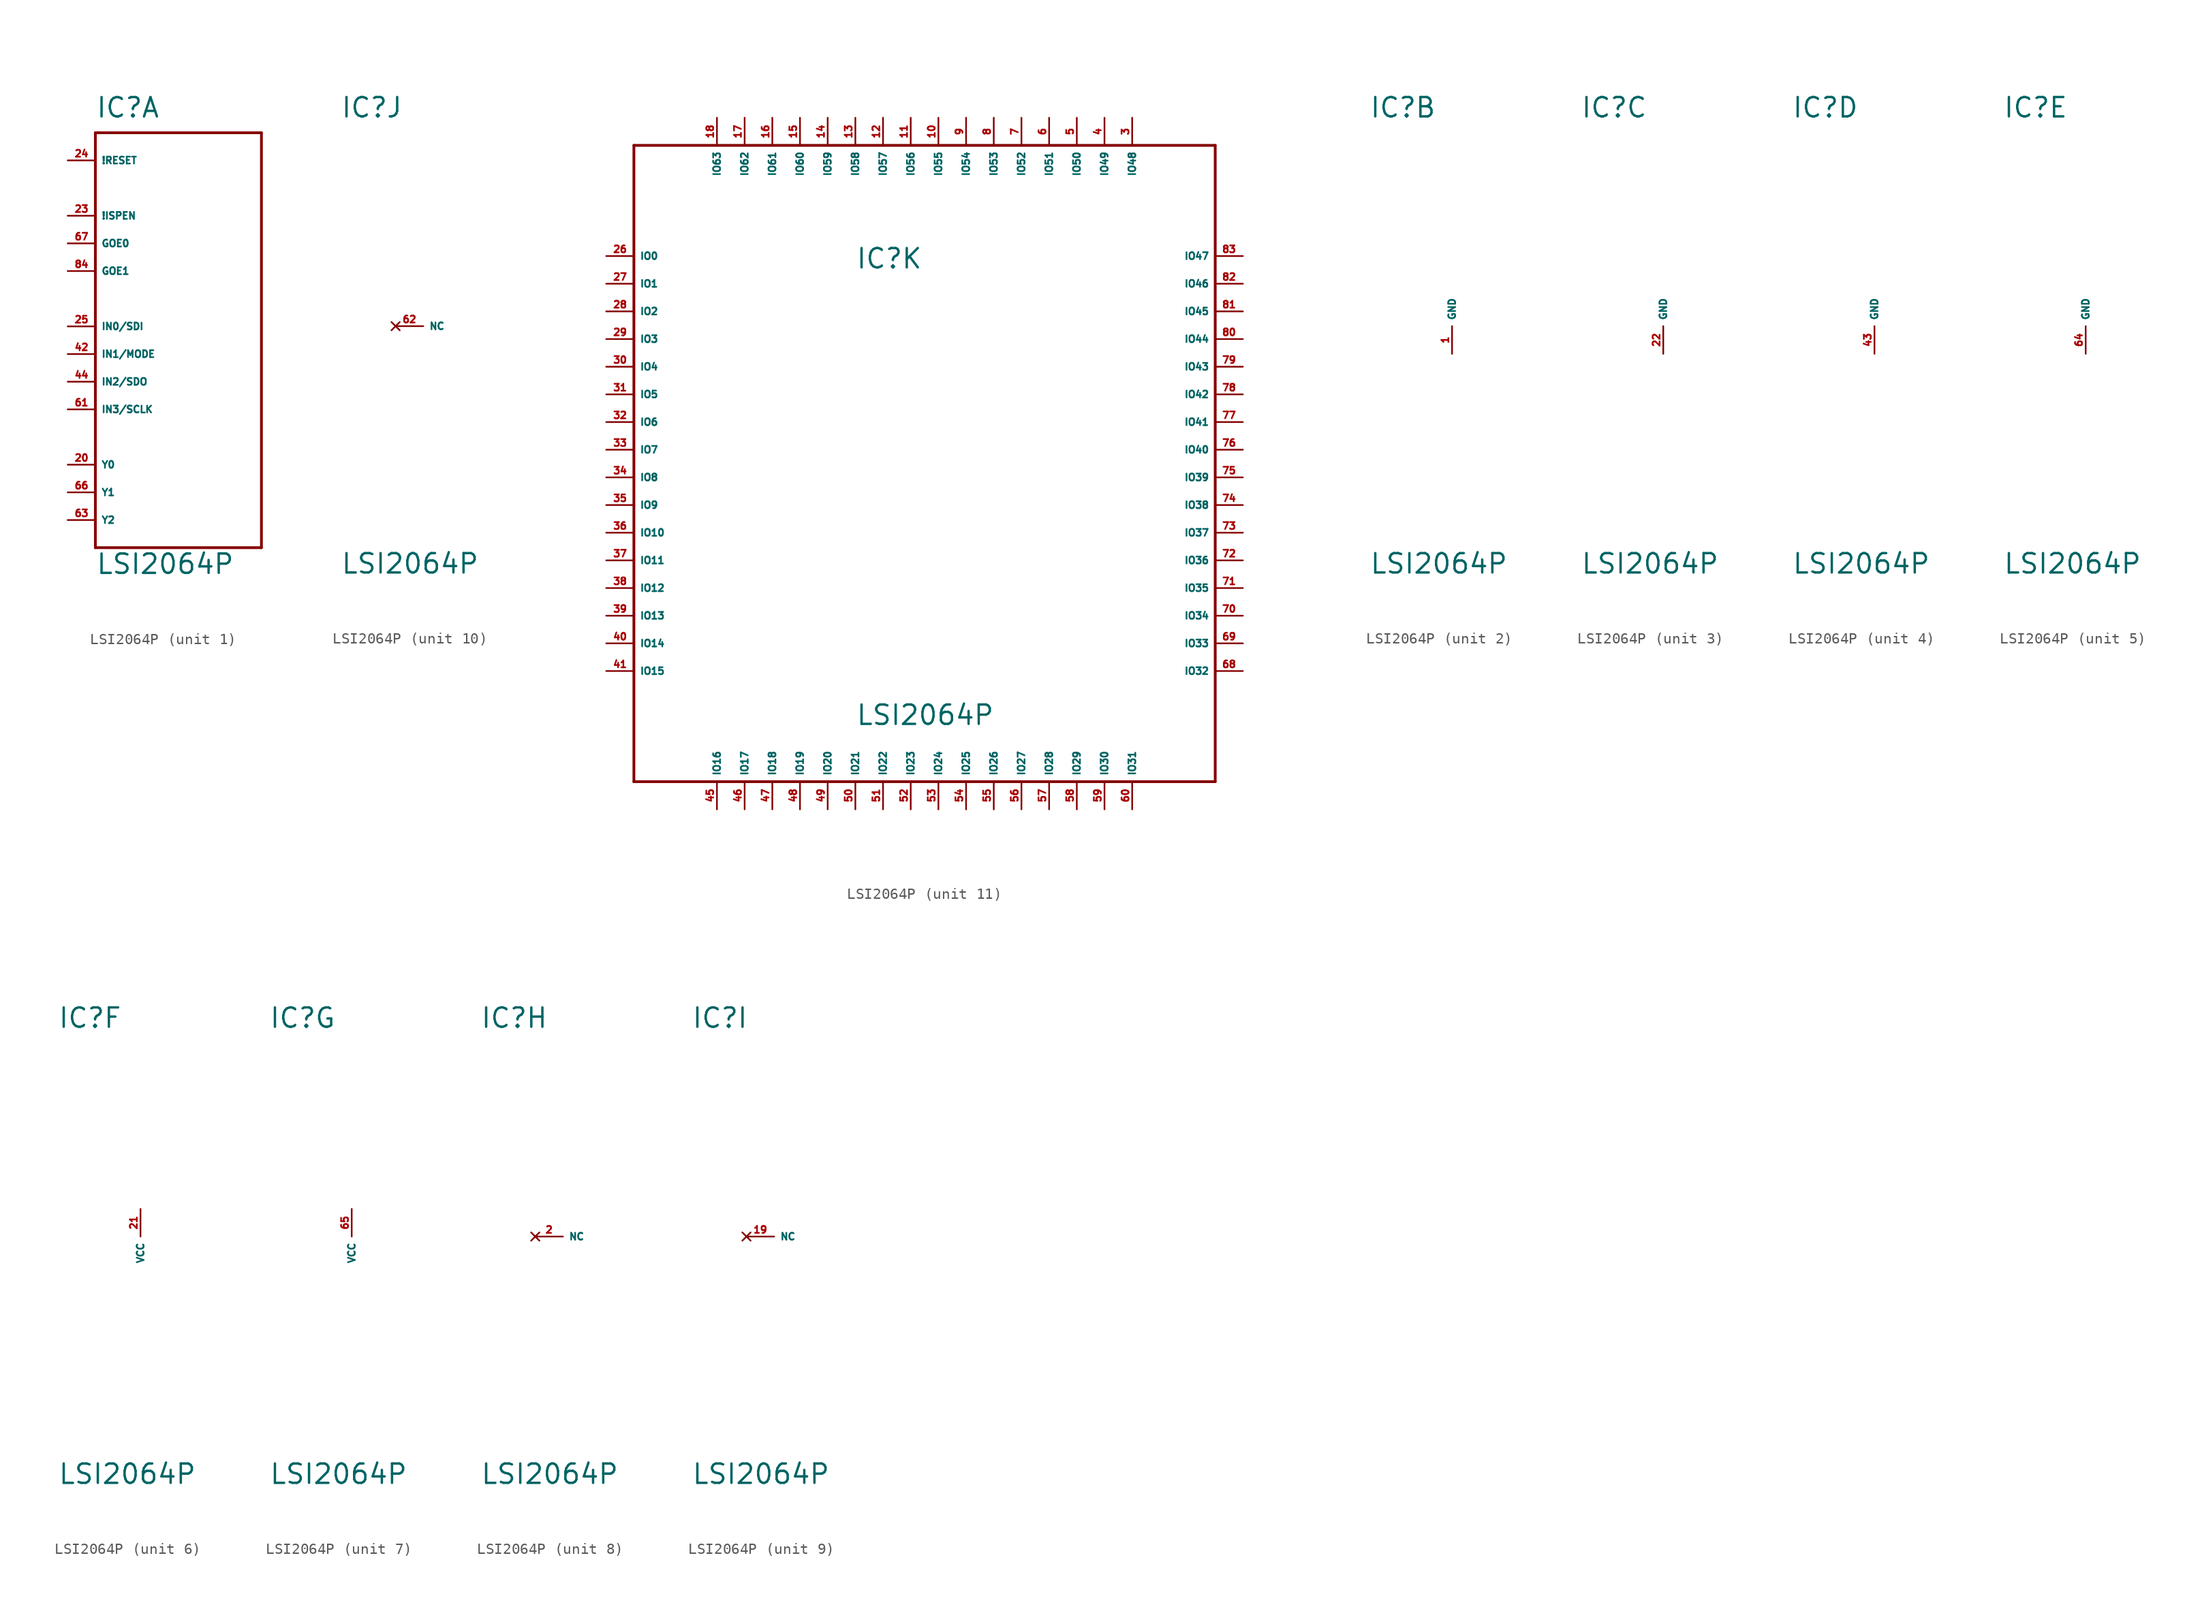
<source format=kicad_sym>
(kicad_symbol_lib
  (version 20220914)
  (generator Eagle2Kicad)
  (symbol "LSI2064P"
    (property "Reference" "IC"
      (at -7.62 19.05 0)
      (effects (font (size 1.778 1.778) (thickness 0.22)) (justify left bottom)))
    (property "Value" "LSI2064P"
      (at -7.62 -22.86 0)
      (effects (font (size 1.778 1.778) (thickness 0.22)) (justify left bottom)))
    (symbol "LSI2064P_1_0"
      (polyline (pts (xy -7.62 17.78) (xy 7.62 17.78)) (stroke (width 0.254) (type default)) (fill (type none)))
      (polyline (pts (xy 7.62 17.78) (xy 7.62 -20.32)) (stroke (width 0.254) (type default)) (fill (type none)))
      (polyline (pts (xy 7.62 -20.32) (xy -7.62 -20.32)) (stroke (width 0.254) (type default)) (fill (type none)))
      (polyline (pts (xy -7.62 -20.32) (xy -7.62 17.78)) (stroke (width 0.254) (type default)) (fill (type none)))
      (pin input line (at -10.16 15.24 0) (length 2.54) (name "!RESET" (effects (font (size 0.635 0.635) (thickness 0.08)) (justify left bottom))) (number "24" (effects (font (size 0.635 0.635) (thickness 0.08)) (justify left bottom))))
      (pin input line (at -10.16 10.16 0) (length 2.54) (name "!ISPEN" (effects (font (size 0.635 0.635) (thickness 0.08)) (justify left bottom))) (number "23" (effects (font (size 0.635 0.635) (thickness 0.08)) (justify left bottom))))
      (pin input line (at -10.16 7.62 0) (length 2.54) (name "GOE0" (effects (font (size 0.635 0.635) (thickness 0.08)) (justify left bottom))) (number "67" (effects (font (size 0.635 0.635) (thickness 0.08)) (justify left bottom))))
      (pin input line (at -10.16 5.08 0) (length 2.54) (name "GOE1" (effects (font (size 0.635 0.635) (thickness 0.08)) (justify left bottom))) (number "84" (effects (font (size 0.635 0.635) (thickness 0.08)) (justify left bottom))))
      (pin input line (at -10.16 -12.7 0) (length 2.54) (name "Y0" (effects (font (size 0.635 0.635) (thickness 0.08)) (justify left bottom))) (number "20" (effects (font (size 0.635 0.635) (thickness 0.08)) (justify left bottom))))
      (pin input line (at -10.16 -15.24 0) (length 2.54) (name "Y1" (effects (font (size 0.635 0.635) (thickness 0.08)) (justify left bottom))) (number "66" (effects (font (size 0.635 0.635) (thickness 0.08)) (justify left bottom))))
      (pin input line (at -10.16 -17.78 0) (length 2.54) (name "Y2" (effects (font (size 0.635 0.635) (thickness 0.08)) (justify left bottom))) (number "63" (effects (font (size 0.635 0.635) (thickness 0.08)) (justify left bottom))))
      (pin input line (at -10.16 -5.08 0) (length 2.54) (name "IN2/SDO" (effects (font (size 0.635 0.635) (thickness 0.08)) (justify left bottom))) (number "44" (effects (font (size 0.635 0.635) (thickness 0.08)) (justify left bottom))))
      (pin input line (at -10.16 -7.62 0) (length 2.54) (name "IN3/SCLK" (effects (font (size 0.635 0.635) (thickness 0.08)) (justify left bottom))) (number "61" (effects (font (size 0.635 0.635) (thickness 0.08)) (justify left bottom))))
      (pin input line (at -10.16 0 0) (length 2.54) (name "IN0/SDI" (effects (font (size 0.635 0.635) (thickness 0.08)) (justify left bottom))) (number "25" (effects (font (size 0.635 0.635) (thickness 0.08)) (justify left bottom))))
      (pin input line (at -10.16 -2.54 0) (length 2.54) (name "IN1/MODE" (effects (font (size 0.635 0.635) (thickness 0.08)) (justify left bottom))) (number "42" (effects (font (size 0.635 0.635) (thickness 0.08)) (justify left bottom)))))
    (symbol "LSI2064P_2_0"
      (pin unspecified line (at 0 -2.54 90) (length 2.54) (name "GND" (effects (font (size 0.635 0.635) (thickness 0.08)) (justify left bottom))) (number "1" (effects (font (size 0.635 0.635) (thickness 0.08)) (justify left bottom)))))
    (symbol "LSI2064P_3_0"
      (pin unspecified line (at 0 -2.54 90) (length 2.54) (name "GND" (effects (font (size 0.635 0.635) (thickness 0.08)) (justify left bottom))) (number "22" (effects (font (size 0.635 0.635) (thickness 0.08)) (justify left bottom)))))
    (symbol "LSI2064P_4_0"
      (pin unspecified line (at 0 -2.54 90) (length 2.54) (name "GND" (effects (font (size 0.635 0.635) (thickness 0.08)) (justify left bottom))) (number "43" (effects (font (size 0.635 0.635) (thickness 0.08)) (justify left bottom)))))
    (symbol "LSI2064P_5_0"
      (pin unspecified line (at 0 -2.54 90) (length 2.54) (name "GND" (effects (font (size 0.635 0.635) (thickness 0.08)) (justify left bottom))) (number "64" (effects (font (size 0.635 0.635) (thickness 0.08)) (justify left bottom)))))
    (symbol "LSI2064P_6_0"
      (pin unspecified line (at 0 2.54 270) (length 2.54) (name "VCC" (effects (font (size 0.635 0.635) (thickness 0.08)) (justify left bottom))) (number "21" (effects (font (size 0.635 0.635) (thickness 0.08)) (justify left bottom)))))
    (symbol "LSI2064P_7_0"
      (pin unspecified line (at 0 2.54 270) (length 2.54) (name "VCC" (effects (font (size 0.635 0.635) (thickness 0.08)) (justify left bottom))) (number "65" (effects (font (size 0.635 0.635) (thickness 0.08)) (justify left bottom)))))
    (symbol "LSI2064P_8_0"
      (pin no_connect line (at -2.54 0 0) (length 2.54) (name "NC" (effects (font (size 0.635 0.635) (thickness 0.08)) (justify left bottom) hide)) (number "2" (effects (font (size 0.635 0.635) (thickness 0.08)) (justify left bottom) hide))))
    (symbol "LSI2064P_9_0"
      (pin no_connect line (at -2.54 0 0) (length 2.54) (name "NC" (effects (font (size 0.635 0.635) (thickness 0.08)) (justify left bottom) hide)) (number "19" (effects (font (size 0.635 0.635) (thickness 0.08)) (justify left bottom) hide))))
    (symbol "LSI2064P_10_0"
      (pin no_connect line (at -2.54 0 0) (length 2.54) (name "NC" (effects (font (size 0.635 0.635) (thickness 0.08)) (justify left bottom) hide)) (number "62" (effects (font (size 0.635 0.635) (thickness 0.08)) (justify left bottom) hide))))
    (symbol "LSI2064P_11_0"
      (polyline (pts (xy -27.94 30.48) (xy 25.4 30.48)) (stroke (width 0.254) (type default)) (fill (type none)))
      (polyline (pts (xy 25.4 30.48) (xy 25.4 -27.94)) (stroke (width 0.254) (type default)) (fill (type none)))
      (polyline (pts (xy 25.4 -27.94) (xy -27.94 -27.94)) (stroke (width 0.254) (type default)) (fill (type none)))
      (polyline (pts (xy -27.94 -27.94) (xy -27.94 30.48)) (stroke (width 0.254) (type default)) (fill (type none)))
      (pin bidirectional line (at -30.48 20.32 0) (length 2.54) (name "IO0" (effects (font (size 0.635 0.635) (thickness 0.08)) (justify left bottom))) (number "26" (effects (font (size 0.635 0.635) (thickness 0.08)) (justify left bottom))))
      (pin bidirectional line (at -30.48 17.78 0) (length 2.54) (name "IO1" (effects (font (size 0.635 0.635) (thickness 0.08)) (justify left bottom))) (number "27" (effects (font (size 0.635 0.635) (thickness 0.08)) (justify left bottom))))
      (pin bidirectional line (at -30.48 15.24 0) (length 2.54) (name "IO2" (effects (font (size 0.635 0.635) (thickness 0.08)) (justify left bottom))) (number "28" (effects (font (size 0.635 0.635) (thickness 0.08)) (justify left bottom))))
      (pin bidirectional line (at -30.48 12.7 0) (length 2.54) (name "IO3" (effects (font (size 0.635 0.635) (thickness 0.08)) (justify left bottom))) (number "29" (effects (font (size 0.635 0.635) (thickness 0.08)) (justify left bottom))))
      (pin bidirectional line (at -30.48 10.16 0) (length 2.54) (name "IO4" (effects (font (size 0.635 0.635) (thickness 0.08)) (justify left bottom))) (number "30" (effects (font (size 0.635 0.635) (thickness 0.08)) (justify left bottom))))
      (pin bidirectional line (at -30.48 7.62 0) (length 2.54) (name "IO5" (effects (font (size 0.635 0.635) (thickness 0.08)) (justify left bottom))) (number "31" (effects (font (size 0.635 0.635) (thickness 0.08)) (justify left bottom))))
      (pin bidirectional line (at -30.48 5.08 0) (length 2.54) (name "IO6" (effects (font (size 0.635 0.635) (thickness 0.08)) (justify left bottom))) (number "32" (effects (font (size 0.635 0.635) (thickness 0.08)) (justify left bottom))))
      (pin bidirectional line (at -30.48 2.54 0) (length 2.54) (name "IO7" (effects (font (size 0.635 0.635) (thickness 0.08)) (justify left bottom))) (number "33" (effects (font (size 0.635 0.635) (thickness 0.08)) (justify left bottom))))
      (pin bidirectional line (at -30.48 0 0) (length 2.54) (name "IO8" (effects (font (size 0.635 0.635) (thickness 0.08)) (justify left bottom))) (number "34" (effects (font (size 0.635 0.635) (thickness 0.08)) (justify left bottom))))
      (pin bidirectional line (at -30.48 -2.54 0) (length 2.54) (name "IO9" (effects (font (size 0.635 0.635) (thickness 0.08)) (justify left bottom))) (number "35" (effects (font (size 0.635 0.635) (thickness 0.08)) (justify left bottom))))
      (pin bidirectional line (at -30.48 -5.08 0) (length 2.54) (name "IO10" (effects (font (size 0.635 0.635) (thickness 0.08)) (justify left bottom))) (number "36" (effects (font (size 0.635 0.635) (thickness 0.08)) (justify left bottom))))
      (pin bidirectional line (at -30.48 -7.62 0) (length 2.54) (name "IO11" (effects (font (size 0.635 0.635) (thickness 0.08)) (justify left bottom))) (number "37" (effects (font (size 0.635 0.635) (thickness 0.08)) (justify left bottom))))
      (pin bidirectional line (at -30.48 -10.16 0) (length 2.54) (name "IO12" (effects (font (size 0.635 0.635) (thickness 0.08)) (justify left bottom))) (number "38" (effects (font (size 0.635 0.635) (thickness 0.08)) (justify left bottom))))
      (pin bidirectional line (at -30.48 -12.7 0) (length 2.54) (name "IO13" (effects (font (size 0.635 0.635) (thickness 0.08)) (justify left bottom))) (number "39" (effects (font (size 0.635 0.635) (thickness 0.08)) (justify left bottom))))
      (pin bidirectional line (at -30.48 -15.24 0) (length 2.54) (name "IO14" (effects (font (size 0.635 0.635) (thickness 0.08)) (justify left bottom))) (number "40" (effects (font (size 0.635 0.635) (thickness 0.08)) (justify left bottom))))
      (pin bidirectional line (at -30.48 -17.78 0) (length 2.54) (name "IO15" (effects (font (size 0.635 0.635) (thickness 0.08)) (justify left bottom))) (number "41" (effects (font (size 0.635 0.635) (thickness 0.08)) (justify left bottom))))
      (pin bidirectional line (at -20.32 -30.48 90) (length 2.54) (name "IO16" (effects (font (size 0.635 0.635) (thickness 0.08)) (justify left bottom))) (number "45" (effects (font (size 0.635 0.635) (thickness 0.08)) (justify left bottom))))
      (pin bidirectional line (at -17.78 -30.48 90) (length 2.54) (name "IO17" (effects (font (size 0.635 0.635) (thickness 0.08)) (justify left bottom))) (number "46" (effects (font (size 0.635 0.635) (thickness 0.08)) (justify left bottom))))
      (pin bidirectional line (at -15.24 -30.48 90) (length 2.54) (name "IO18" (effects (font (size 0.635 0.635) (thickness 0.08)) (justify left bottom))) (number "47" (effects (font (size 0.635 0.635) (thickness 0.08)) (justify left bottom))))
      (pin bidirectional line (at -12.7 -30.48 90) (length 2.54) (name "IO19" (effects (font (size 0.635 0.635) (thickness 0.08)) (justify left bottom))) (number "48" (effects (font (size 0.635 0.635) (thickness 0.08)) (justify left bottom))))
      (pin bidirectional line (at -10.16 -30.48 90) (length 2.54) (name "IO20" (effects (font (size 0.635 0.635) (thickness 0.08)) (justify left bottom))) (number "49" (effects (font (size 0.635 0.635) (thickness 0.08)) (justify left bottom))))
      (pin bidirectional line (at -7.62 -30.48 90) (length 2.54) (name "IO21" (effects (font (size 0.635 0.635) (thickness 0.08)) (justify left bottom))) (number "50" (effects (font (size 0.635 0.635) (thickness 0.08)) (justify left bottom))))
      (pin bidirectional line (at -5.08 -30.48 90) (length 2.54) (name "IO22" (effects (font (size 0.635 0.635) (thickness 0.08)) (justify left bottom))) (number "51" (effects (font (size 0.635 0.635) (thickness 0.08)) (justify left bottom))))
      (pin bidirectional line (at -2.54 -30.48 90) (length 2.54) (name "IO23" (effects (font (size 0.635 0.635) (thickness 0.08)) (justify left bottom))) (number "52" (effects (font (size 0.635 0.635) (thickness 0.08)) (justify left bottom))))
      (pin bidirectional line (at 0 -30.48 90) (length 2.54) (name "IO24" (effects (font (size 0.635 0.635) (thickness 0.08)) (justify left bottom))) (number "53" (effects (font (size 0.635 0.635) (thickness 0.08)) (justify left bottom))))
      (pin bidirectional line (at 2.54 -30.48 90) (length 2.54) (name "IO25" (effects (font (size 0.635 0.635) (thickness 0.08)) (justify left bottom))) (number "54" (effects (font (size 0.635 0.635) (thickness 0.08)) (justify left bottom))))
      (pin bidirectional line (at 5.08 -30.48 90) (length 2.54) (name "IO26" (effects (font (size 0.635 0.635) (thickness 0.08)) (justify left bottom))) (number "55" (effects (font (size 0.635 0.635) (thickness 0.08)) (justify left bottom))))
      (pin bidirectional line (at 7.62 -30.48 90) (length 2.54) (name "IO27" (effects (font (size 0.635 0.635) (thickness 0.08)) (justify left bottom))) (number "56" (effects (font (size 0.635 0.635) (thickness 0.08)) (justify left bottom))))
      (pin bidirectional line (at 10.16 -30.48 90) (length 2.54) (name "IO28" (effects (font (size 0.635 0.635) (thickness 0.08)) (justify left bottom))) (number "57" (effects (font (size 0.635 0.635) (thickness 0.08)) (justify left bottom))))
      (pin bidirectional line (at 12.7 -30.48 90) (length 2.54) (name "IO29" (effects (font (size 0.635 0.635) (thickness 0.08)) (justify left bottom))) (number "58" (effects (font (size 0.635 0.635) (thickness 0.08)) (justify left bottom))))
      (pin bidirectional line (at 15.24 -30.48 90) (length 2.54) (name "IO30" (effects (font (size 0.635 0.635) (thickness 0.08)) (justify left bottom))) (number "59" (effects (font (size 0.635 0.635) (thickness 0.08)) (justify left bottom))))
      (pin bidirectional line (at 17.78 -30.48 90) (length 2.54) (name "IO31" (effects (font (size 0.635 0.635) (thickness 0.08)) (justify left bottom))) (number "60" (effects (font (size 0.635 0.635) (thickness 0.08)) (justify left bottom))))
      (pin bidirectional line (at 27.94 -17.78 180) (length 2.54) (name "IO32" (effects (font (size 0.635 0.635) (thickness 0.08)) (justify left bottom))) (number "68" (effects (font (size 0.635 0.635) (thickness 0.08)) (justify left bottom))))
      (pin bidirectional line (at 27.94 -15.24 180) (length 2.54) (name "IO33" (effects (font (size 0.635 0.635) (thickness 0.08)) (justify left bottom))) (number "69" (effects (font (size 0.635 0.635) (thickness 0.08)) (justify left bottom))))
      (pin bidirectional line (at 27.94 -12.7 180) (length 2.54) (name "IO34" (effects (font (size 0.635 0.635) (thickness 0.08)) (justify left bottom))) (number "70" (effects (font (size 0.635 0.635) (thickness 0.08)) (justify left bottom))))
      (pin bidirectional line (at 27.94 -10.16 180) (length 2.54) (name "IO35" (effects (font (size 0.635 0.635) (thickness 0.08)) (justify left bottom))) (number "71" (effects (font (size 0.635 0.635) (thickness 0.08)) (justify left bottom))))
      (pin bidirectional line (at 27.94 -7.62 180) (length 2.54) (name "IO36" (effects (font (size 0.635 0.635) (thickness 0.08)) (justify left bottom))) (number "72" (effects (font (size 0.635 0.635) (thickness 0.08)) (justify left bottom))))
      (pin bidirectional line (at 27.94 -5.08 180) (length 2.54) (name "IO37" (effects (font (size 0.635 0.635) (thickness 0.08)) (justify left bottom))) (number "73" (effects (font (size 0.635 0.635) (thickness 0.08)) (justify left bottom))))
      (pin bidirectional line (at 27.94 -2.54 180) (length 2.54) (name "IO38" (effects (font (size 0.635 0.635) (thickness 0.08)) (justify left bottom))) (number "74" (effects (font (size 0.635 0.635) (thickness 0.08)) (justify left bottom))))
      (pin bidirectional line (at 27.94 0 180) (length 2.54) (name "IO39" (effects (font (size 0.635 0.635) (thickness 0.08)) (justify left bottom))) (number "75" (effects (font (size 0.635 0.635) (thickness 0.08)) (justify left bottom))))
      (pin bidirectional line (at 27.94 2.54 180) (length 2.54) (name "IO40" (effects (font (size 0.635 0.635) (thickness 0.08)) (justify left bottom))) (number "76" (effects (font (size 0.635 0.635) (thickness 0.08)) (justify left bottom))))
      (pin bidirectional line (at 27.94 5.08 180) (length 2.54) (name "IO41" (effects (font (size 0.635 0.635) (thickness 0.08)) (justify left bottom))) (number "77" (effects (font (size 0.635 0.635) (thickness 0.08)) (justify left bottom))))
      (pin bidirectional line (at 27.94 7.62 180) (length 2.54) (name "IO42" (effects (font (size 0.635 0.635) (thickness 0.08)) (justify left bottom))) (number "78" (effects (font (size 0.635 0.635) (thickness 0.08)) (justify left bottom))))
      (pin bidirectional line (at 27.94 10.16 180) (length 2.54) (name "IO43" (effects (font (size 0.635 0.635) (thickness 0.08)) (justify left bottom))) (number "79" (effects (font (size 0.635 0.635) (thickness 0.08)) (justify left bottom))))
      (pin bidirectional line (at 27.94 12.7 180) (length 2.54) (name "IO44" (effects (font (size 0.635 0.635) (thickness 0.08)) (justify left bottom))) (number "80" (effects (font (size 0.635 0.635) (thickness 0.08)) (justify left bottom))))
      (pin bidirectional line (at 27.94 15.24 180) (length 2.54) (name "IO45" (effects (font (size 0.635 0.635) (thickness 0.08)) (justify left bottom))) (number "81" (effects (font (size 0.635 0.635) (thickness 0.08)) (justify left bottom))))
      (pin bidirectional line (at 27.94 17.78 180) (length 2.54) (name "IO46" (effects (font (size 0.635 0.635) (thickness 0.08)) (justify left bottom))) (number "82" (effects (font (size 0.635 0.635) (thickness 0.08)) (justify left bottom))))
      (pin bidirectional line (at 27.94 20.32 180) (length 2.54) (name "IO47" (effects (font (size 0.635 0.635) (thickness 0.08)) (justify left bottom))) (number "83" (effects (font (size 0.635 0.635) (thickness 0.08)) (justify left bottom))))
      (pin bidirectional line (at 17.78 33.02 270) (length 2.54) (name "IO48" (effects (font (size 0.635 0.635) (thickness 0.08)) (justify left bottom))) (number "3" (effects (font (size 0.635 0.635) (thickness 0.08)) (justify left bottom))))
      (pin bidirectional line (at 15.24 33.02 270) (length 2.54) (name "IO49" (effects (font (size 0.635 0.635) (thickness 0.08)) (justify left bottom))) (number "4" (effects (font (size 0.635 0.635) (thickness 0.08)) (justify left bottom))))
      (pin bidirectional line (at 12.7 33.02 270) (length 2.54) (name "IO50" (effects (font (size 0.635 0.635) (thickness 0.08)) (justify left bottom))) (number "5" (effects (font (size 0.635 0.635) (thickness 0.08)) (justify left bottom))))
      (pin bidirectional line (at 10.16 33.02 270) (length 2.54) (name "IO51" (effects (font (size 0.635 0.635) (thickness 0.08)) (justify left bottom))) (number "6" (effects (font (size 0.635 0.635) (thickness 0.08)) (justify left bottom))))
      (pin bidirectional line (at 7.62 33.02 270) (length 2.54) (name "IO52" (effects (font (size 0.635 0.635) (thickness 0.08)) (justify left bottom))) (number "7" (effects (font (size 0.635 0.635) (thickness 0.08)) (justify left bottom))))
      (pin bidirectional line (at 5.08 33.02 270) (length 2.54) (name "IO53" (effects (font (size 0.635 0.635) (thickness 0.08)) (justify left bottom))) (number "8" (effects (font (size 0.635 0.635) (thickness 0.08)) (justify left bottom))))
      (pin bidirectional line (at 2.54 33.02 270) (length 2.54) (name "IO54" (effects (font (size 0.635 0.635) (thickness 0.08)) (justify left bottom))) (number "9" (effects (font (size 0.635 0.635) (thickness 0.08)) (justify left bottom))))
      (pin bidirectional line (at 0 33.02 270) (length 2.54) (name "IO55" (effects (font (size 0.635 0.635) (thickness 0.08)) (justify left bottom))) (number "10" (effects (font (size 0.635 0.635) (thickness 0.08)) (justify left bottom))))
      (pin bidirectional line (at -2.54 33.02 270) (length 2.54) (name "IO56" (effects (font (size 0.635 0.635) (thickness 0.08)) (justify left bottom))) (number "11" (effects (font (size 0.635 0.635) (thickness 0.08)) (justify left bottom))))
      (pin bidirectional line (at -5.08 33.02 270) (length 2.54) (name "IO57" (effects (font (size 0.635 0.635) (thickness 0.08)) (justify left bottom))) (number "12" (effects (font (size 0.635 0.635) (thickness 0.08)) (justify left bottom))))
      (pin bidirectional line (at -7.62 33.02 270) (length 2.54) (name "IO58" (effects (font (size 0.635 0.635) (thickness 0.08)) (justify left bottom))) (number "13" (effects (font (size 0.635 0.635) (thickness 0.08)) (justify left bottom))))
      (pin bidirectional line (at -10.16 33.02 270) (length 2.54) (name "IO59" (effects (font (size 0.635 0.635) (thickness 0.08)) (justify left bottom))) (number "14" (effects (font (size 0.635 0.635) (thickness 0.08)) (justify left bottom))))
      (pin bidirectional line (at -12.7 33.02 270) (length 2.54) (name "IO60" (effects (font (size 0.635 0.635) (thickness 0.08)) (justify left bottom))) (number "15" (effects (font (size 0.635 0.635) (thickness 0.08)) (justify left bottom))))
      (pin bidirectional line (at -15.24 33.02 270) (length 2.54) (name "IO61" (effects (font (size 0.635 0.635) (thickness 0.08)) (justify left bottom))) (number "16" (effects (font (size 0.635 0.635) (thickness 0.08)) (justify left bottom))))
      (pin bidirectional line (at -17.78 33.02 270) (length 2.54) (name "IO62" (effects (font (size 0.635 0.635) (thickness 0.08)) (justify left bottom))) (number "17" (effects (font (size 0.635 0.635) (thickness 0.08)) (justify left bottom))))
      (pin bidirectional line (at -20.32 33.02 270) (length 2.54) (name "IO63" (effects (font (size 0.635 0.635) (thickness 0.08)) (justify left bottom))) (number "18" (effects (font (size 0.635 0.635) (thickness 0.08)) (justify left bottom)))))))
</source>
